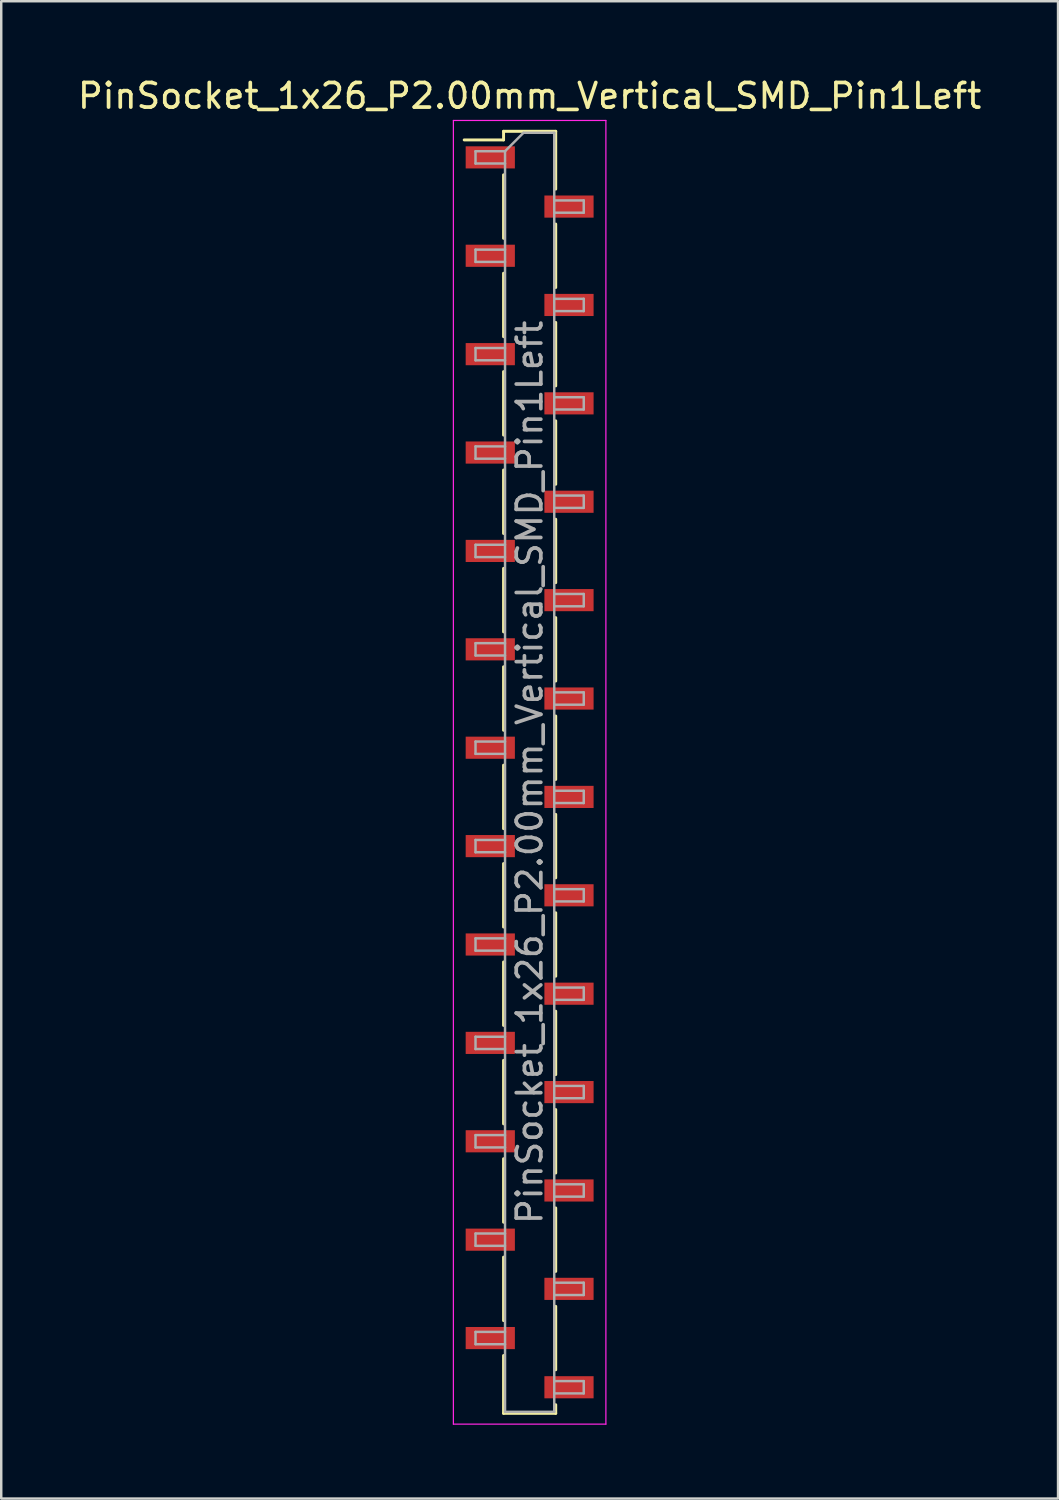
<source format=kicad_pcb>
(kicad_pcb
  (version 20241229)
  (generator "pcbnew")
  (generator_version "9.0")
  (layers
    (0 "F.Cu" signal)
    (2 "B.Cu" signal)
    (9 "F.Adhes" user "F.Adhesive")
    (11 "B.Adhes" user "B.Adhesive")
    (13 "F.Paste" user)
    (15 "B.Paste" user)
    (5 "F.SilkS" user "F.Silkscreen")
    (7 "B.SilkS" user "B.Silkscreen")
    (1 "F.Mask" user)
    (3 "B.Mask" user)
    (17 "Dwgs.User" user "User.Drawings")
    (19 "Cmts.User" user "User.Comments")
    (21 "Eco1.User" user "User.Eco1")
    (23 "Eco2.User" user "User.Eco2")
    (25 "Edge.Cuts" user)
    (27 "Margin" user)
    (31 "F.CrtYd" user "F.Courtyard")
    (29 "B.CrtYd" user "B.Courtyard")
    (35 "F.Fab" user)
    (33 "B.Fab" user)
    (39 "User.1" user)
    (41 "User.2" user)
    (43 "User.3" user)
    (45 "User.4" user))
  (footprint "PinSocket_1x26_P2.00mm_Vertical_SMD_Pin1Left"
    (layer "F.Cu")
    (at 18.482 28.348)
    (property "Reference" "PinSocket_1x26_P2.00mm_Vertical_SMD_Pin1Left" (at 0 -27.5 0) (layer "F.SilkS") (effects (font (size 1 1) (thickness 0.15))))
    (attr smd)
    (fp_line (start -2.66 -25.71) (end -1.06 -25.71) (stroke (width 0.12) (type solid)) (layer "F.SilkS"))
    (fp_line (start -1.06 -26.06) (end 1.06 -26.06) (stroke (width 0.12) (type solid)) (layer "F.SilkS"))
    (fp_line (start -1.06 -25.71) (end -1.06 -26.06) (stroke (width 0.12) (type solid)) (layer "F.SilkS"))
    (fp_line (start -1.06 -24.29) (end -1.06 -21.71) (stroke (width 0.12) (type solid)) (layer "F.SilkS"))
    (fp_line (start -1.06 -20.29) (end -1.06 -17.71) (stroke (width 0.12) (type solid)) (layer "F.SilkS"))
    (fp_line (start -1.06 -16.29) (end -1.06 -13.71) (stroke (width 0.12) (type solid)) (layer "F.SilkS"))
    (fp_line (start -1.06 -12.29) (end -1.06 -9.71) (stroke (width 0.12) (type solid)) (layer "F.SilkS"))
    (fp_line (start -1.06 -8.29) (end -1.06 -5.71) (stroke (width 0.12) (type solid)) (layer "F.SilkS"))
    (fp_line (start -1.06 -4.29) (end -1.06 -1.71) (stroke (width 0.12) (type solid)) (layer "F.SilkS"))
    (fp_line (start -1.06 -0.29) (end -1.06 2.29) (stroke (width 0.12) (type solid)) (layer "F.SilkS"))
    (fp_line (start -1.06 3.71) (end -1.06 6.29) (stroke (width 0.12) (type solid)) (layer "F.SilkS"))
    (fp_line (start -1.06 7.71) (end -1.06 10.29) (stroke (width 0.12) (type solid)) (layer "F.SilkS"))
    (fp_line (start -1.06 11.71) (end -1.06 14.29) (stroke (width 0.12) (type solid)) (layer "F.SilkS"))
    (fp_line (start -1.06 15.71) (end -1.06 18.29) (stroke (width 0.12) (type solid)) (layer "F.SilkS"))
    (fp_line (start -1.06 19.71) (end -1.06 22.29) (stroke (width 0.12) (type solid)) (layer "F.SilkS"))
    (fp_line (start -1.06 23.71) (end -1.06 26.06) (stroke (width 0.12) (type solid)) (layer "F.SilkS"))
    (fp_line (start 1.06 -26.06) (end 1.06 -23.71) (stroke (width 0.12) (type solid)) (layer "F.SilkS"))
    (fp_line (start 1.06 -22.29) (end 1.06 -19.71) (stroke (width 0.12) (type solid)) (layer "F.SilkS"))
    (fp_line (start 1.06 -18.29) (end 1.06 -15.71) (stroke (width 0.12) (type solid)) (layer "F.SilkS"))
    (fp_line (start 1.06 -14.29) (end 1.06 -11.71) (stroke (width 0.12) (type solid)) (layer "F.SilkS"))
    (fp_line (start 1.06 -10.29) (end 1.06 -7.71) (stroke (width 0.12) (type solid)) (layer "F.SilkS"))
    (fp_line (start 1.06 -6.29) (end 1.06 -3.71) (stroke (width 0.12) (type solid)) (layer "F.SilkS"))
    (fp_line (start 1.06 -2.29) (end 1.06 0.29) (stroke (width 0.12) (type solid)) (layer "F.SilkS"))
    (fp_line (start 1.06 1.71) (end 1.06 4.29) (stroke (width 0.12) (type solid)) (layer "F.SilkS"))
    (fp_line (start 1.06 5.71) (end 1.06 8.29) (stroke (width 0.12) (type solid)) (layer "F.SilkS"))
    (fp_line (start 1.06 9.71) (end 1.06 12.29) (stroke (width 0.12) (type solid)) (layer "F.SilkS"))
    (fp_line (start 1.06 13.71) (end 1.06 16.29) (stroke (width 0.12) (type solid)) (layer "F.SilkS"))
    (fp_line (start 1.06 17.71) (end 1.06 20.29) (stroke (width 0.12) (type solid)) (layer "F.SilkS"))
    (fp_line (start 1.06 21.71) (end 1.06 24.29) (stroke (width 0.12) (type solid)) (layer "F.SilkS"))
    (fp_line (start 1.06 25.71) (end 1.06 26.06) (stroke (width 0.12) (type solid)) (layer "F.SilkS"))
    (fp_line (start 1.06 26.06) (end -1.06 26.06) (stroke (width 0.12) (type solid)) (layer "F.SilkS"))
    (fp_line (start -3.1 -26.5) (end 3.1 -26.5) (stroke (width 0.05) (type solid)) (layer "F.CrtYd"))
    (fp_line (start -3.1 26.5) (end -3.1 -26.5) (stroke (width 0.05) (type solid)) (layer "F.CrtYd"))
    (fp_line (start 3.1 -26.5) (end 3.1 26.5) (stroke (width 0.05) (type solid)) (layer "F.CrtYd"))
    (fp_line (start 3.1 26.5) (end -3.1 26.5) (stroke (width 0.05) (type solid)) (layer "F.CrtYd"))
    (fp_line (start -2.2 -25.25) (end -1 -25.25) (stroke (width 0.1) (type solid)) (layer "F.Fab"))
    (fp_line (start -2.2 -24.75) (end -2.2 -25.25) (stroke (width 0.1) (type solid)) (layer "F.Fab"))
    (fp_line (start -2.2 -21.25) (end -1 -21.25) (stroke (width 0.1) (type solid)) (layer "F.Fab"))
    (fp_line (start -2.2 -20.75) (end -2.2 -21.25) (stroke (width 0.1) (type solid)) (layer "F.Fab"))
    (fp_line (start -2.2 -17.25) (end -1 -17.25) (stroke (width 0.1) (type solid)) (layer "F.Fab"))
    (fp_line (start -2.2 -16.75) (end -2.2 -17.25) (stroke (width 0.1) (type solid)) (layer "F.Fab"))
    (fp_line (start -2.2 -13.25) (end -1 -13.25) (stroke (width 0.1) (type solid)) (layer "F.Fab"))
    (fp_line (start -2.2 -12.75) (end -2.2 -13.25) (stroke (width 0.1) (type solid)) (layer "F.Fab"))
    (fp_line (start -2.2 -9.25) (end -1 -9.25) (stroke (width 0.1) (type solid)) (layer "F.Fab"))
    (fp_line (start -2.2 -8.75) (end -2.2 -9.25) (stroke (width 0.1) (type solid)) (layer "F.Fab"))
    (fp_line (start -2.2 -5.25) (end -1 -5.25) (stroke (width 0.1) (type solid)) (layer "F.Fab"))
    (fp_line (start -2.2 -4.75) (end -2.2 -5.25) (stroke (width 0.1) (type solid)) (layer "F.Fab"))
    (fp_line (start -2.2 -1.25) (end -1 -1.25) (stroke (width 0.1) (type solid)) (layer "F.Fab"))
    (fp_line (start -2.2 -0.75) (end -2.2 -1.25) (stroke (width 0.1) (type solid)) (layer "F.Fab"))
    (fp_line (start -2.2 2.75) (end -1 2.75) (stroke (width 0.1) (type solid)) (layer "F.Fab"))
    (fp_line (start -2.2 3.25) (end -2.2 2.75) (stroke (width 0.1) (type solid)) (layer "F.Fab"))
    (fp_line (start -2.2 6.75) (end -1 6.75) (stroke (width 0.1) (type solid)) (layer "F.Fab"))
    (fp_line (start -2.2 7.25) (end -2.2 6.75) (stroke (width 0.1) (type solid)) (layer "F.Fab"))
    (fp_line (start -2.2 10.75) (end -1 10.75) (stroke (width 0.1) (type solid)) (layer "F.Fab"))
    (fp_line (start -2.2 11.25) (end -2.2 10.75) (stroke (width 0.1) (type solid)) (layer "F.Fab"))
    (fp_line (start -2.2 14.75) (end -1 14.75) (stroke (width 0.1) (type solid)) (layer "F.Fab"))
    (fp_line (start -2.2 15.25) (end -2.2 14.75) (stroke (width 0.1) (type solid)) (layer "F.Fab"))
    (fp_line (start -2.2 18.75) (end -1 18.75) (stroke (width 0.1) (type solid)) (layer "F.Fab"))
    (fp_line (start -2.2 19.25) (end -2.2 18.75) (stroke (width 0.1) (type solid)) (layer "F.Fab"))
    (fp_line (start -2.2 22.75) (end -1 22.75) (stroke (width 0.1) (type solid)) (layer "F.Fab"))
    (fp_line (start -2.2 23.25) (end -2.2 22.75) (stroke (width 0.1) (type solid)) (layer "F.Fab"))
    (fp_line (start -1 -25.25) (end -0.25 -26) (stroke (width 0.1) (type solid)) (layer "F.Fab"))
    (fp_line (start -1 -24.75) (end -2.2 -24.75) (stroke (width 0.1) (type solid)) (layer "F.Fab"))
    (fp_line (start -1 -20.75) (end -2.2 -20.75) (stroke (width 0.1) (type solid)) (layer "F.Fab"))
    (fp_line (start -1 -16.75) (end -2.2 -16.75) (stroke (width 0.1) (type solid)) (layer "F.Fab"))
    (fp_line (start -1 -12.75) (end -2.2 -12.75) (stroke (width 0.1) (type solid)) (layer "F.Fab"))
    (fp_line (start -1 -8.75) (end -2.2 -8.75) (stroke (width 0.1) (type solid)) (layer "F.Fab"))
    (fp_line (start -1 -4.75) (end -2.2 -4.75) (stroke (width 0.1) (type solid)) (layer "F.Fab"))
    (fp_line (start -1 -0.75) (end -2.2 -0.75) (stroke (width 0.1) (type solid)) (layer "F.Fab"))
    (fp_line (start -1 3.25) (end -2.2 3.25) (stroke (width 0.1) (type solid)) (layer "F.Fab"))
    (fp_line (start -1 7.25) (end -2.2 7.25) (stroke (width 0.1) (type solid)) (layer "F.Fab"))
    (fp_line (start -1 11.25) (end -2.2 11.25) (stroke (width 0.1) (type solid)) (layer "F.Fab"))
    (fp_line (start -1 15.25) (end -2.2 15.25) (stroke (width 0.1) (type solid)) (layer "F.Fab"))
    (fp_line (start -1 19.25) (end -2.2 19.25) (stroke (width 0.1) (type solid)) (layer "F.Fab"))
    (fp_line (start -1 23.25) (end -2.2 23.25) (stroke (width 0.1) (type solid)) (layer "F.Fab"))
    (fp_line (start -1 26) (end -1 -25.25) (stroke (width 0.1) (type solid)) (layer "F.Fab"))
    (fp_line (start -0.25 -26) (end 1 -26) (stroke (width 0.1) (type solid)) (layer "F.Fab"))
    (fp_line (start 1 -26) (end 1 26) (stroke (width 0.1) (type solid)) (layer "F.Fab"))
    (fp_line (start 1 -23.25) (end 2.2 -23.25) (stroke (width 0.1) (type solid)) (layer "F.Fab"))
    (fp_line (start 1 -19.25) (end 2.2 -19.25) (stroke (width 0.1) (type solid)) (layer "F.Fab"))
    (fp_line (start 1 -15.25) (end 2.2 -15.25) (stroke (width 0.1) (type solid)) (layer "F.Fab"))
    (fp_line (start 1 -11.25) (end 2.2 -11.25) (stroke (width 0.1) (type solid)) (layer "F.Fab"))
    (fp_line (start 1 -7.25) (end 2.2 -7.25) (stroke (width 0.1) (type solid)) (layer "F.Fab"))
    (fp_line (start 1 -3.25) (end 2.2 -3.25) (stroke (width 0.1) (type solid)) (layer "F.Fab"))
    (fp_line (start 1 0.75) (end 2.2 0.75) (stroke (width 0.1) (type solid)) (layer "F.Fab"))
    (fp_line (start 1 4.75) (end 2.2 4.75) (stroke (width 0.1) (type solid)) (layer "F.Fab"))
    (fp_line (start 1 8.75) (end 2.2 8.75) (stroke (width 0.1) (type solid)) (layer "F.Fab"))
    (fp_line (start 1 12.75) (end 2.2 12.75) (stroke (width 0.1) (type solid)) (layer "F.Fab"))
    (fp_line (start 1 16.75) (end 2.2 16.75) (stroke (width 0.1) (type solid)) (layer "F.Fab"))
    (fp_line (start 1 20.75) (end 2.2 20.75) (stroke (width 0.1) (type solid)) (layer "F.Fab"))
    (fp_line (start 1 24.75) (end 2.2 24.75) (stroke (width 0.1) (type solid)) (layer "F.Fab"))
    (fp_line (start 1 26) (end -1 26) (stroke (width 0.1) (type solid)) (layer "F.Fab"))
    (fp_line (start 2.2 -23.25) (end 2.2 -22.75) (stroke (width 0.1) (type solid)) (layer "F.Fab"))
    (fp_line (start 2.2 -22.75) (end 1 -22.75) (stroke (width 0.1) (type solid)) (layer "F.Fab"))
    (fp_line (start 2.2 -19.25) (end 2.2 -18.75) (stroke (width 0.1) (type solid)) (layer "F.Fab"))
    (fp_line (start 2.2 -18.75) (end 1 -18.75) (stroke (width 0.1) (type solid)) (layer "F.Fab"))
    (fp_line (start 2.2 -15.25) (end 2.2 -14.75) (stroke (width 0.1) (type solid)) (layer "F.Fab"))
    (fp_line (start 2.2 -14.75) (end 1 -14.75) (stroke (width 0.1) (type solid)) (layer "F.Fab"))
    (fp_line (start 2.2 -11.25) (end 2.2 -10.75) (stroke (width 0.1) (type solid)) (layer "F.Fab"))
    (fp_line (start 2.2 -10.75) (end 1 -10.75) (stroke (width 0.1) (type solid)) (layer "F.Fab"))
    (fp_line (start 2.2 -7.25) (end 2.2 -6.75) (stroke (width 0.1) (type solid)) (layer "F.Fab"))
    (fp_line (start 2.2 -6.75) (end 1 -6.75) (stroke (width 0.1) (type solid)) (layer "F.Fab"))
    (fp_line (start 2.2 -3.25) (end 2.2 -2.75) (stroke (width 0.1) (type solid)) (layer "F.Fab"))
    (fp_line (start 2.2 -2.75) (end 1 -2.75) (stroke (width 0.1) (type solid)) (layer "F.Fab"))
    (fp_line (start 2.2 0.75) (end 2.2 1.25) (stroke (width 0.1) (type solid)) (layer "F.Fab"))
    (fp_line (start 2.2 1.25) (end 1 1.25) (stroke (width 0.1) (type solid)) (layer "F.Fab"))
    (fp_line (start 2.2 4.75) (end 2.2 5.25) (stroke (width 0.1) (type solid)) (layer "F.Fab"))
    (fp_line (start 2.2 5.25) (end 1 5.25) (stroke (width 0.1) (type solid)) (layer "F.Fab"))
    (fp_line (start 2.2 8.75) (end 2.2 9.25) (stroke (width 0.1) (type solid)) (layer "F.Fab"))
    (fp_line (start 2.2 9.25) (end 1 9.25) (stroke (width 0.1) (type solid)) (layer "F.Fab"))
    (fp_line (start 2.2 12.75) (end 2.2 13.25) (stroke (width 0.1) (type solid)) (layer "F.Fab"))
    (fp_line (start 2.2 13.25) (end 1 13.25) (stroke (width 0.1) (type solid)) (layer "F.Fab"))
    (fp_line (start 2.2 16.75) (end 2.2 17.25) (stroke (width 0.1) (type solid)) (layer "F.Fab"))
    (fp_line (start 2.2 17.25) (end 1 17.25) (stroke (width 0.1) (type solid)) (layer "F.Fab"))
    (fp_line (start 2.2 20.75) (end 2.2 21.25) (stroke (width 0.1) (type solid)) (layer "F.Fab"))
    (fp_line (start 2.2 21.25) (end 1 21.25) (stroke (width 0.1) (type solid)) (layer "F.Fab"))
    (fp_line (start 2.2 24.75) (end 2.2 25.25) (stroke (width 0.1) (type solid)) (layer "F.Fab"))
    (fp_line (start 2.2 25.25) (end 1 25.25) (stroke (width 0.1) (type solid)) (layer "F.Fab"))
    (fp_text user "${REFERENCE}" (at 0 0 90) (layer "F.Fab") (effects (font (size 1 1) (thickness 0.15))))
    (pad "1" smd rect (at -1.6 -25) (size 2 0.9) (layers "F.Cu" "F.Mask" "F.Paste"))
    (pad "2" smd rect (at 1.6 -23) (size 2 0.9) (layers "F.Cu" "F.Mask" "F.Paste"))
    (pad "3" smd rect (at -1.6 -21) (size 2 0.9) (layers "F.Cu" "F.Mask" "F.Paste"))
    (pad "4" smd rect (at 1.6 -19) (size 2 0.9) (layers "F.Cu" "F.Mask" "F.Paste"))
    (pad "5" smd rect (at -1.6 -17) (size 2 0.9) (layers "F.Cu" "F.Mask" "F.Paste"))
    (pad "6" smd rect (at 1.6 -15) (size 2 0.9) (layers "F.Cu" "F.Mask" "F.Paste"))
    (pad "7" smd rect (at -1.6 -13) (size 2 0.9) (layers "F.Cu" "F.Mask" "F.Paste"))
    (pad "8" smd rect (at 1.6 -11) (size 2 0.9) (layers "F.Cu" "F.Mask" "F.Paste"))
    (pad "9" smd rect (at -1.6 -9) (size 2 0.9) (layers "F.Cu" "F.Mask" "F.Paste"))
    (pad "10" smd rect (at 1.6 -7) (size 2 0.9) (layers "F.Cu" "F.Mask" "F.Paste"))
    (pad "11" smd rect (at -1.6 -5) (size 2 0.9) (layers "F.Cu" "F.Mask" "F.Paste"))
    (pad "12" smd rect (at 1.6 -3) (size 2 0.9) (layers "F.Cu" "F.Mask" "F.Paste"))
    (pad "13" smd rect (at -1.6 -1) (size 2 0.9) (layers "F.Cu" "F.Mask" "F.Paste"))
    (pad "14" smd rect (at 1.6 1) (size 2 0.9) (layers "F.Cu" "F.Mask" "F.Paste"))
    (pad "15" smd rect (at -1.6 3) (size 2 0.9) (layers "F.Cu" "F.Mask" "F.Paste"))
    (pad "16" smd rect (at 1.6 5) (size 2 0.9) (layers "F.Cu" "F.Mask" "F.Paste"))
    (pad "17" smd rect (at -1.6 7) (size 2 0.9) (layers "F.Cu" "F.Mask" "F.Paste"))
    (pad "18" smd rect (at 1.6 9) (size 2 0.9) (layers "F.Cu" "F.Mask" "F.Paste"))
    (pad "19" smd rect (at -1.6 11) (size 2 0.9) (layers "F.Cu" "F.Mask" "F.Paste"))
    (pad "20" smd rect (at 1.6 13) (size 2 0.9) (layers "F.Cu" "F.Mask" "F.Paste"))
    (pad "21" smd rect (at -1.6 15) (size 2 0.9) (layers "F.Cu" "F.Mask" "F.Paste"))
    (pad "22" smd rect (at 1.6 17) (size 2 0.9) (layers "F.Cu" "F.Mask" "F.Paste"))
    (pad "23" smd rect (at -1.6 19) (size 2 0.9) (layers "F.Cu" "F.Mask" "F.Paste"))
    (pad "24" smd rect (at 1.6 21) (size 2 0.9) (layers "F.Cu" "F.Mask" "F.Paste"))
    (pad "25" smd rect (at -1.6 23) (size 2 0.9) (layers "F.Cu" "F.Mask" "F.Paste"))
    (pad "26" smd rect (at 1.6 25) (size 2 0.9) (layers "F.Cu" "F.Mask" "F.Paste")))
  (gr_rect
    (start -3 -3)
    (end 39.964 57.873)
    (stroke (width 0.1) (type default))
    (fill no)
    (layer "Edge.Cuts")))
</source>
